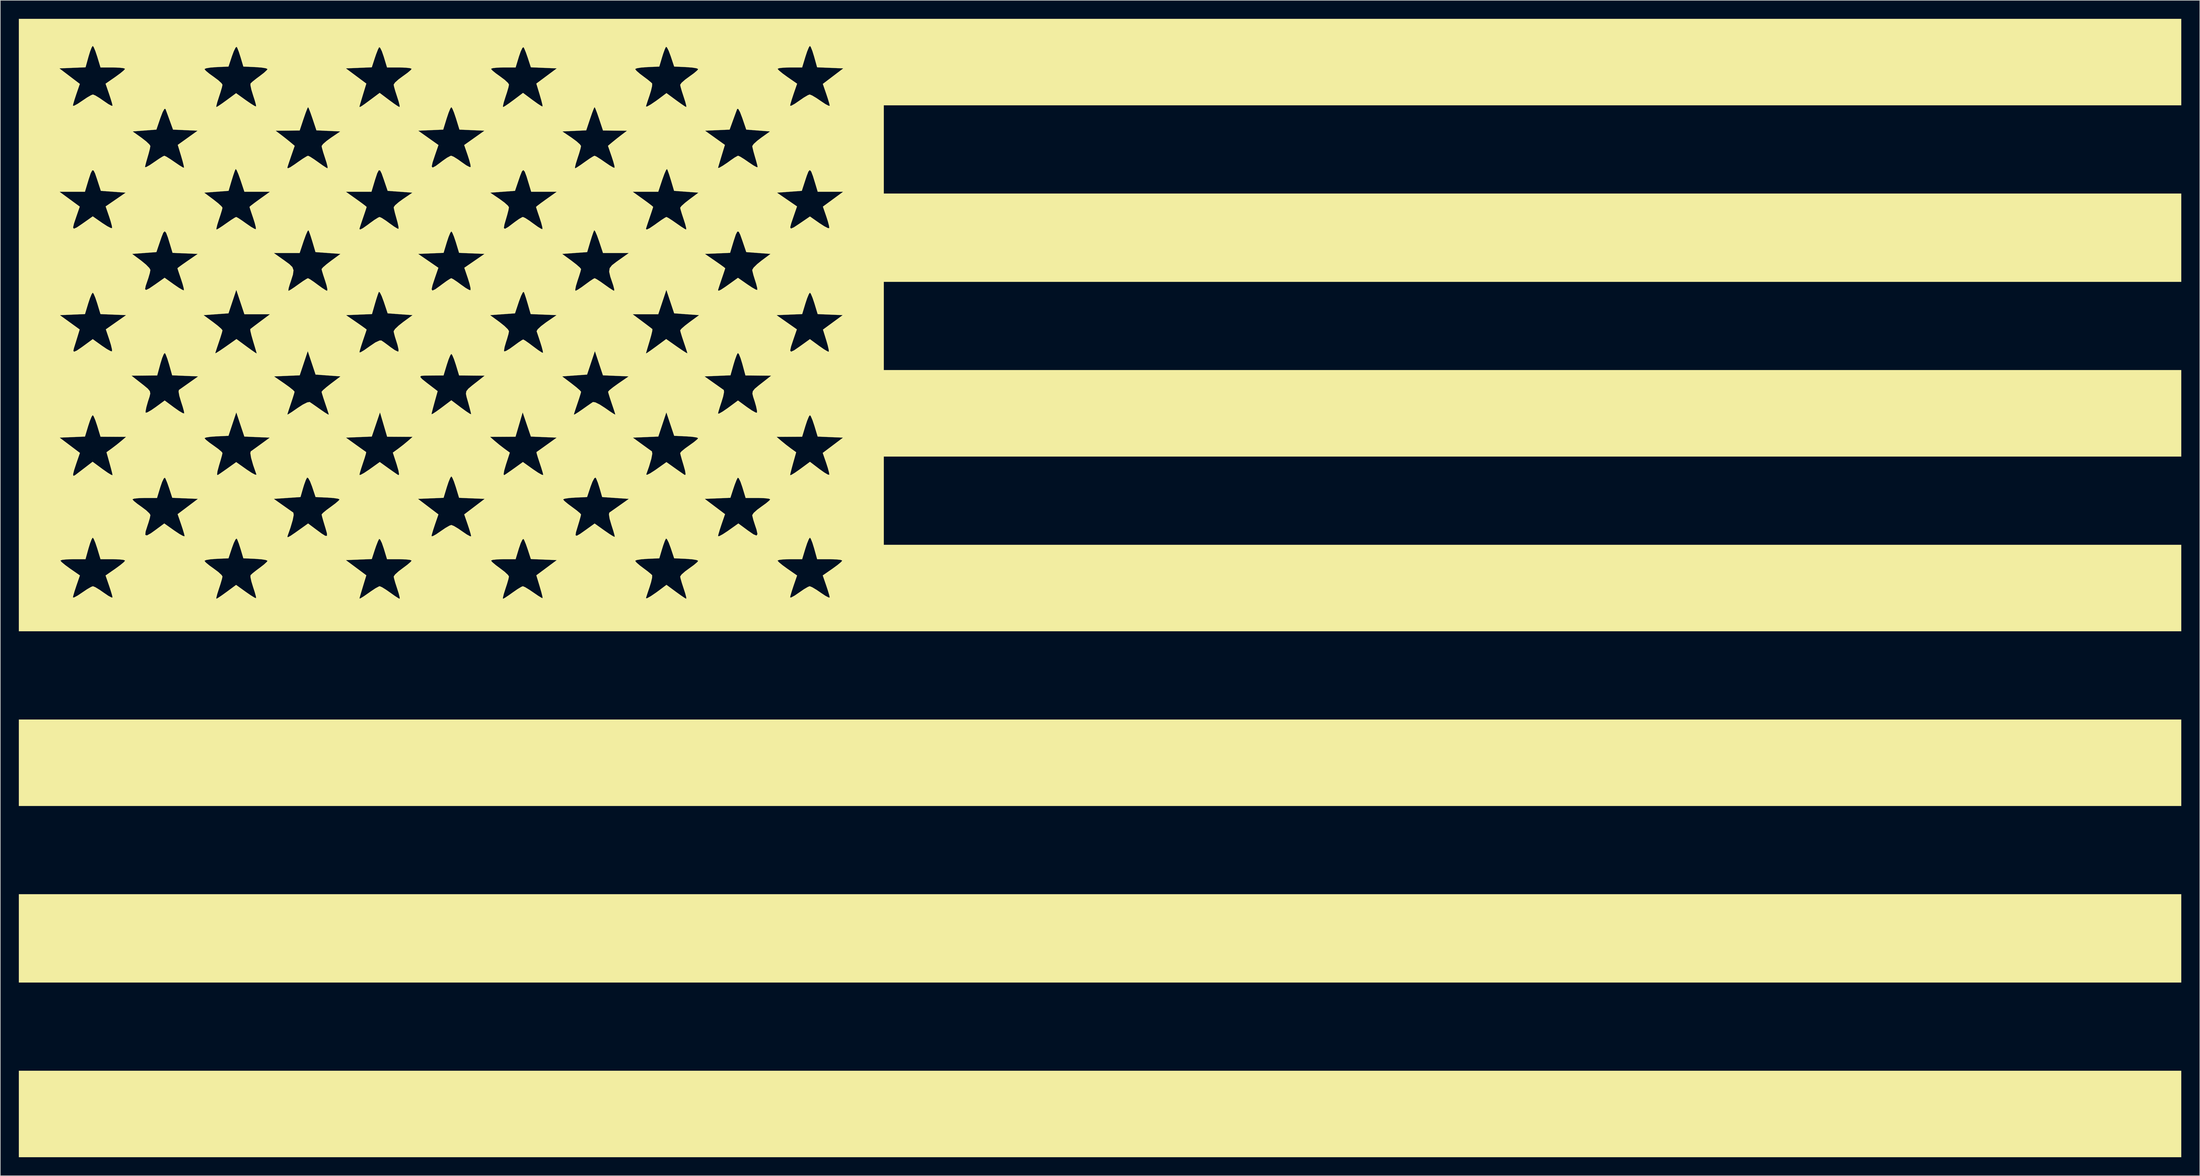
<source format=kicad_pcb>
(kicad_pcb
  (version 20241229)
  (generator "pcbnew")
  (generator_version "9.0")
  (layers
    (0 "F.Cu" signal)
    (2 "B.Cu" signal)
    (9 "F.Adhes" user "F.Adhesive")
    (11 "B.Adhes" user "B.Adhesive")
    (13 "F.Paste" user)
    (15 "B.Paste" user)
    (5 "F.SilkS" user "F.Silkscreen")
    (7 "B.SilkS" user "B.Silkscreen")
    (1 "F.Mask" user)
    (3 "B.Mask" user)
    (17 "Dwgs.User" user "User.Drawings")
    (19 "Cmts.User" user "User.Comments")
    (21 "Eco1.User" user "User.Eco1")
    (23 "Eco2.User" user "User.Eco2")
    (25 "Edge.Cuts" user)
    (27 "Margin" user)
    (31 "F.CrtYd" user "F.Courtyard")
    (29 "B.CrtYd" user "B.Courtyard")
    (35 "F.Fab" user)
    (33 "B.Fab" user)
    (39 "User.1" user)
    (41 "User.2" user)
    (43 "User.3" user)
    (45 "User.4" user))
  (footprint "Flag"
    (layer "F.Cu")
    (at 175.177 92.262)
    (property "Reference" "Flag" (at 0 0 0) (layer "F.SilkS") (effects (font (size 1.524 1.524) (thickness 0.3))))
    (attr through_hole)
    (fp_poly (pts (xy 175.172 35.326) (xy -175.172 35.326) (xy -175.172 21.313) (xy 175.172 21.313) (xy 175.172 35.326)) (stroke (width 0.01) (type solid)) (fill yes) (layer "F.SilkS"))
    (fp_poly (pts (xy 175.172 63.938) (xy -175.172 63.938) (xy -175.172 49.632) (xy 175.172 49.632) (xy 175.172 63.938)) (stroke (width 0.01) (type solid)) (fill yes) (layer "F.SilkS"))
    (fp_poly (pts (xy 175.172 92.257) (xy -175.172 92.257) (xy -175.172 78.244) (xy 175.172 78.244) (xy 175.172 92.257)) (stroke (width 0.01) (type solid)) (fill yes) (layer "F.SilkS"))
    (fp_poly (pts (xy 175.172 -78.244) (xy -35.034 -78.244) (xy -35.034 -63.938) (xy 175.172 -63.938) (xy 175.172 -49.632) (xy -35.034 -49.632) (xy -35.034 -35.326) (xy 175.172 -35.326) (xy 175.172 -21.313) (xy -35.034 -21.313) (xy -35.034 -7.007) (xy 175.172 -7.007) (xy 175.172 7.007) (xy -175.172 7.007) (xy -175.172 -4.452) (xy -168.446 -4.452) (xy -168.219 -4.186) (xy -167.633 -3.704) (xy -166.857 -3.137) (xy -165.278 -2.042) (xy -165.846 -0.391) (xy -166.15 0.537) (xy -166.356 1.247) (xy -166.414 1.533) (xy -166.202 1.522) (xy -165.65 1.224) (xy -164.953 0.757) (xy -164.131 0.202) (xy -163.473 -0.178) (xy -163.168 -0.292) (xy -162.774 -0.13) (xy -162.083 0.291) (xy -161.417 0.755) (xy -160.674 1.26) (xy -160.159 1.534) (xy -159.991 1.53) (xy -160.08 1.126) (xy -160.311 0.357) (xy -160.557 -0.387) (xy -161.124 -2.033) (xy -159.539 -3.133) (xy -158.732 -3.724) (xy -158.16 -4.2) (xy -157.984 -4.412) (xy -145.101 -4.412) (xy -145.101 -4.412) (xy -144.878 -4.136) (xy -144.3 -3.658) (xy -143.642 -3.184) (xy -142.867 -2.607) (xy -142.338 -2.119) (xy -142.182 -1.87) (xy -142.271 -1.439) (xy -142.503 -0.648) (xy -142.75 0.1) (xy -143.028 0.97) (xy -143.177 1.569) (xy -143.175 1.752) (xy -142.885 1.591) (xy -142.266 1.172) (xy -141.504 0.623) (xy -139.975 -0.507) (xy -138.404 0.624) (xy -137.596 1.182) (xy -136.995 1.552) (xy -136.733 1.655) (xy -136.767 1.35) (xy -136.958 0.656) (xy -137.214 -0.132) (xy -137.497 -1.062) (xy -137.647 -1.771) (xy -137.642 -2.068) (xy -137.334 -2.365) (xy -136.707 -2.865) (xy -136.186 -3.251) (xy -135.466 -3.806) (xy -134.993 -4.245) (xy -134.883 -4.415) (xy -135.114 -4.525) (xy -122.183 -4.525) (xy -120.528 -3.293) (xy -118.874 -2.061) (xy -119.431 -0.228) (xy -119.715 0.719) (xy -119.917 1.413) (xy -119.991 1.696) (xy -119.829 1.674) (xy -119.307 1.355) (xy -118.38 0.71) (xy -118.125 0.527) (xy -117.399 0.044) (xy -116.851 -0.25) (xy -116.704 -0.292) (xy -116.332 -0.131) (xy -115.661 0.287) (xy -115.03 0.73) (xy -114.26 1.276) (xy -113.688 1.647) (xy -113.474 1.752) (xy -113.473 1.502) (xy -113.637 0.854) (xy -113.878 0.1) (xy -114.182 -0.837) (xy -114.386 -1.567) (xy -114.439 -1.87) (xy -114.214 -2.196) (xy -113.636 -2.719) (xy -112.986 -3.211) (xy -112.22 -3.785) (xy -111.693 -4.242) (xy -111.533 -4.452) (xy -98.674 -4.452) (xy -98.45 -4.181) (xy -97.876 -3.697) (xy -97.221 -3.211) (xy -96.452 -2.621) (xy -95.925 -2.123) (xy -95.767 -1.87) (xy -95.854 -1.439) (xy -96.083 -0.649) (xy -96.329 0.1) (xy -96.604 0.97) (xy -96.745 1.568) (xy -96.733 1.752) (xy -96.428 1.592) (xy -95.805 1.179) (xy -95.177 0.73) (xy -94.386 0.181) (xy -93.768 -0.19) (xy -93.511 -0.292) (xy -93.142 -0.134) (xy -92.466 0.276) (xy -91.813 0.72) (xy -91.048 1.243) (xy -90.501 1.579) (xy -90.311 1.654) (xy -90.348 1.357) (xy -90.523 0.658) (xy -90.783 -0.243) (xy -91.333 -2.061) (xy -89.679 -3.293) (xy -88.172 -4.415) (xy -75.324 -4.415) (xy -75.106 -4.132) (xy -74.544 -3.645) (xy -74.021 -3.251) (xy -73.269 -2.687) (xy -72.729 -2.239) (xy -72.565 -2.068) (xy -72.573 -1.68) (xy -72.747 -0.924) (xy -72.992 -0.135) (xy -73.298 0.77) (xy -73.508 1.424) (xy -73.572 1.662) (xy -73.359 1.643) (xy -72.78 1.316) (xy -71.925 0.734) (xy -71.399 0.348) (xy -70.247 -0.518) (xy -68.711 0.617) (xy -67.906 1.197) (xy -67.299 1.606) (xy -67.032 1.752) (xy -67.042 1.502) (xy -67.214 0.854) (xy -67.457 0.1) (xy -67.762 -0.837) (xy -67.968 -1.567) (xy -68.025 -1.87) (xy -67.8 -2.193) (xy -67.218 -2.705) (xy -66.565 -3.184) (xy -65.792 -3.746) (xy -65.263 -4.199) (xy -65.106 -4.412) (xy -65.19 -4.452) (xy -52.256 -4.452) (xy -52.032 -4.187) (xy -51.45 -3.704) (xy -50.668 -3.133) (xy -49.083 -2.033) (xy -49.65 -0.387) (xy -49.954 0.539) (xy -50.159 1.247) (xy -50.216 1.53) (xy -50.006 1.517) (xy -49.459 1.214) (xy -48.79 0.755) (xy -47.98 0.197) (xy -47.332 -0.183) (xy -47.039 -0.292) (xy -46.644 -0.132) (xy -45.948 0.283) (xy -45.254 0.757) (xy -44.499 1.26) (xy -43.971 1.536) (xy -43.793 1.533) (xy -43.882 1.127) (xy -44.113 0.357) (xy -44.361 -0.391) (xy -44.929 -2.042) (xy -43.35 -3.137) (xy -42.544 -3.727) (xy -41.971 -4.203) (xy -41.761 -4.452) (xy -42.022 -4.56) (xy -42.721 -4.638) (xy -43.71 -4.671) (xy -43.792 -4.671) (xy -45.834 -4.671) (xy -46.321 -6.423) (xy -46.604 -7.335) (xy -46.856 -7.968) (xy -47.006 -8.175) (xy -47.186 -7.919) (xy -47.46 -7.251) (xy -47.734 -6.423) (xy -48.265 -4.671) (xy -50.262 -4.671) (xy -51.256 -4.642) (xy -51.97 -4.565) (xy -52.256 -4.457) (xy -52.256 -4.452) (xy -65.19 -4.452) (xy -65.372 -4.541) (xy -66.072 -4.655) (xy -67.052 -4.731) (xy -67.053 -4.731) (xy -69.001 -4.817) (xy -69.565 -6.514) (xy -69.886 -7.369) (xy -70.162 -7.913) (xy -70.318 -8.03) (xy -70.501 -7.667) (xy -70.769 -6.931) (xy -70.957 -6.333) (xy -71.407 -4.817) (xy -73.366 -4.731) (xy -74.349 -4.656) (xy -75.053 -4.543) (xy -75.324 -4.417) (xy -75.324 -4.415) (xy -88.172 -4.415) (xy -88.024 -4.525) (xy -90.121 -4.611) (xy -92.219 -4.696) (xy -92.712 -6.216) (xy -93.023 -7.105) (xy -93.293 -7.757) (xy -93.412 -7.965) (xy -93.594 -7.832) (xy -93.866 -7.261) (xy -94.152 -6.432) (xy -94.686 -4.671) (xy -96.683 -4.671) (xy -97.676 -4.642) (xy -98.389 -4.565) (xy -98.674 -4.457) (xy -98.674 -4.452) (xy -111.533 -4.452) (xy -111.797 -4.561) (xy -112.495 -4.64) (xy -113.48 -4.671) (xy -113.524 -4.671) (xy -115.521 -4.671) (xy -116.055 -6.432) (xy -116.357 -7.301) (xy -116.626 -7.852) (xy -116.795 -7.965) (xy -116.995 -7.577) (xy -117.287 -6.824) (xy -117.495 -6.216) (xy -117.988 -4.696) (xy -120.085 -4.611) (xy -122.183 -4.525) (xy -135.114 -4.525) (xy -135.15 -4.542) (xy -135.849 -4.655) (xy -136.831 -4.73) (xy -136.841 -4.731) (xy -138.8 -4.817) (xy -139.25 -6.333) (xy -139.534 -7.211) (xy -139.781 -7.842) (xy -139.889 -8.03) (xy -140.069 -7.875) (xy -140.353 -7.293) (xy -140.642 -6.514) (xy -141.206 -4.817) (xy -143.154 -4.731) (xy -144.134 -4.656) (xy -144.834 -4.541) (xy -145.101 -4.412) (xy -157.984 -4.412) (xy -157.951 -4.452) (xy -158.216 -4.561) (xy -158.916 -4.64) (xy -159.901 -4.671) (xy -159.945 -4.671) (xy -161.942 -4.671) (xy -162.472 -6.423) (xy -162.777 -7.332) (xy -163.044 -7.965) (xy -163.201 -8.175) (xy -163.375 -7.917) (xy -163.633 -7.246) (xy -163.886 -6.423) (xy -164.373 -4.671) (xy -166.415 -4.671) (xy -167.42 -4.643) (xy -168.146 -4.567) (xy -168.445 -4.461) (xy -168.446 -4.452) (xy -175.172 -4.452) (xy -175.172 -14.379) (xy -156.772 -14.379) (xy -156.545 -14.111) (xy -155.963 -13.639) (xy -155.312 -13.175) (xy -154.538 -12.593) (xy -154.011 -12.089) (xy -153.86 -11.825) (xy -153.952 -11.341) (xy -154.183 -10.557) (xy -154.298 -10.218) (xy -154.634 -9.164) (xy -154.689 -8.61) (xy -154.423 -8.522) (xy -153.794 -8.868) (xy -153.172 -9.311) (xy -151.608 -10.467) (xy -149.961 -9.298) (xy -149.15 -8.758) (xy -148.562 -8.433) (xy -148.314 -8.387) (xy -148.313 -8.398) (xy -148.402 -8.801) (xy -148.632 -9.569) (xy -148.881 -10.321) (xy -149.45 -11.974) (xy -147.807 -13.213) (xy -146.164 -14.452) (xy -133.861 -14.452) (xy -132.415 -13.43) (xy -131.6 -12.855) (xy -130.967 -12.409) (xy -130.702 -12.223) (xy -130.642 -11.848) (xy -130.802 -11.011) (xy -131.164 -9.785) (xy -131.617 -8.492) (xy -131.665 -8.274) (xy -131.533 -8.253) (xy -131.142 -8.468) (xy -130.416 -8.962) (xy -129.625 -9.523) (xy -128.308 -10.464) (xy -127.143 -9.589) (xy -126.129 -8.839) (xy -125.518 -8.457) (xy -125.247 -8.458) (xy -125.256 -8.856) (xy -125.482 -9.667) (xy -125.573 -9.96) (xy -125.858 -10.908) (xy -126.055 -11.622) (xy -126.118 -11.923) (xy -125.894 -12.18) (xy -125.321 -12.654) (xy -124.664 -13.138) (xy -123.899 -13.709) (xy -123.372 -14.161) (xy -123.211 -14.365) (xy -123.408 -14.452) (xy -110.505 -14.452) (xy -107.191 -11.933) (xy -107.753 -10.3) (xy -108.056 -9.378) (xy -108.26 -8.674) (xy -108.315 -8.396) (xy -108.105 -8.409) (xy -107.558 -8.713) (xy -106.889 -9.172) (xy -106.072 -9.73) (xy -105.41 -10.11) (xy -105.103 -10.218) (xy -104.69 -10.056) (xy -103.985 -9.634) (xy -103.318 -9.172) (xy -102.575 -8.667) (xy -102.06 -8.392) (xy -101.892 -8.396) (xy -101.981 -8.801) (xy -102.212 -9.569) (xy -102.454 -10.3) (xy -103.016 -11.933) (xy -99.816 -14.366) (xy -86.996 -14.366) (xy -86.996 -14.365) (xy -86.772 -14.101) (xy -86.198 -13.623) (xy -85.543 -13.138) (xy -84.777 -12.569) (xy -84.25 -12.122) (xy -84.089 -11.923) (xy -84.167 -11.564) (xy -84.375 -10.817) (xy -84.635 -9.955) (xy -84.909 -9.042) (xy -84.98 -8.554) (xy -84.783 -8.469) (xy -84.25 -8.768) (xy -83.315 -9.428) (xy -83.203 -9.509) (xy -81.886 -10.458) (xy -80.3 -9.325) (xy -79.488 -8.766) (xy -78.887 -8.39) (xy -78.626 -8.279) (xy -78.668 -8.577) (xy -78.862 -9.273) (xy -79.159 -10.2) (xy -79.454 -11.212) (xy -79.57 -11.934) (xy -79.508 -12.222) (xy -79.138 -12.481) (xy -78.455 -12.962) (xy -77.792 -13.43) (xy -76.346 -14.452) (xy -64.043 -14.452) (xy -62.4 -13.213) (xy -60.757 -11.974) (xy -61.325 -10.321) (xy -61.63 -9.393) (xy -61.836 -8.684) (xy -61.894 -8.398) (xy -61.68 -8.418) (xy -61.116 -8.722) (xy -60.319 -9.246) (xy -60.246 -9.298) (xy -58.599 -10.467) (xy -57.035 -9.311) (xy -56.149 -8.7) (xy -55.652 -8.501) (xy -55.502 -8.749) (xy -55.66 -9.474) (xy -55.909 -10.218) (xy -56.177 -11.054) (xy -56.332 -11.685) (xy -56.347 -11.825) (xy -56.122 -12.172) (xy -55.538 -12.7) (xy -54.895 -13.175) (xy -54.123 -13.731) (xy -53.593 -14.176) (xy -53.435 -14.379) (xy -53.698 -14.488) (xy -54.396 -14.566) (xy -55.381 -14.598) (xy -55.425 -14.598) (xy -57.422 -14.598) (xy -57.956 -16.359) (xy -58.258 -17.228) (xy -58.527 -17.778) (xy -58.696 -17.892) (xy -58.896 -17.503) (xy -59.189 -16.75) (xy -59.396 -16.143) (xy -59.889 -14.623) (xy -61.966 -14.537) (xy -64.043 -14.452) (xy -76.346 -14.452) (xy -80.667 -14.744) (xy -81.086 -16.203) (xy -81.368 -17.083) (xy -81.628 -17.724) (xy -81.739 -17.908) (xy -81.943 -17.787) (xy -82.242 -17.23) (xy -82.54 -16.448) (xy -83.107 -14.744) (xy -85.055 -14.657) (xy -86.034 -14.586) (xy -86.731 -14.481) (xy -86.996 -14.366) (xy -99.816 -14.366) (xy -99.702 -14.452) (xy -101.776 -14.537) (xy -103.85 -14.622) (xy -104.377 -16.361) (xy -104.681 -17.267) (xy -104.948 -17.896) (xy -105.103 -18.101) (xy -105.285 -17.845) (xy -105.559 -17.178) (xy -105.83 -16.361) (xy -106.356 -14.622) (xy -108.431 -14.537) (xy -110.505 -14.452) (xy -123.408 -14.452) (xy -123.474 -14.481) (xy -124.171 -14.586) (xy -125.15 -14.657) (xy -125.152 -14.657) (xy -127.099 -14.744) (xy -127.666 -16.448) (xy -127.994 -17.294) (xy -128.287 -17.817) (xy -128.468 -17.908) (xy -128.678 -17.504) (xy -128.956 -16.741) (xy -129.121 -16.203) (xy -129.54 -14.744) (xy -133.861 -14.452) (xy -146.164 -14.452) (xy -148.241 -14.537) (xy -150.318 -14.623) (xy -150.811 -16.143) (xy -151.122 -17.031) (xy -151.392 -17.683) (xy -151.511 -17.892) (xy -151.693 -17.758) (xy -151.965 -17.188) (xy -152.251 -16.359) (xy -152.784 -14.598) (xy -154.782 -14.598) (xy -155.775 -14.568) (xy -156.488 -14.492) (xy -156.771 -14.384) (xy -156.772 -14.379) (xy -175.172 -14.379) (xy -175.172 -24.378) (xy -168.563 -24.378) (xy -166.919 -23.139) (xy -165.276 -21.9) (xy -165.845 -20.247) (xy -166.219 -19.106) (xy -166.383 -18.44) (xy -166.345 -18.18) (xy -166.11 -18.259) (xy -166.049 -18.303) (xy -165.617 -18.631) (xy -164.916 -19.168) (xy -164.453 -19.523) (xy -163.222 -20.47) (xy -161.607 -19.276) (xy -160.809 -18.715) (xy -160.232 -18.36) (xy -159.992 -18.285) (xy -159.991 -18.292) (xy -160.064 -18.663) (xy -160.256 -19.421) (xy -160.483 -20.254) (xy -160.975 -22.008) (xy -160.144 -22.609) (xy -159.304 -23.249) (xy -158.557 -23.858) (xy -158.05 -24.292) (xy -145.094 -24.292) (xy -145.094 -24.292) (xy -144.867 -24.032) (xy -144.286 -23.565) (xy -143.634 -23.101) (xy -142.863 -22.543) (xy -142.336 -22.094) (xy -142.182 -21.886) (xy -142.263 -21.506) (xy -142.474 -20.744) (xy -142.734 -19.881) (xy -142.993 -18.929) (xy -143.059 -18.389) (xy -142.953 -18.307) (xy -142.541 -18.581) (xy -141.838 -19.071) (xy -141.288 -19.46) (xy -139.957 -20.412) (xy -138.241 -19.194) (xy -137.439 -18.665) (xy -136.884 -18.372) (xy -136.676 -18.369) (xy -136.683 -18.404) (xy -137.211 -19.925) (xy -137.545 -21.103) (xy -137.669 -21.871) (xy -137.6 -22.15) (xy -137.23 -22.412) (xy -136.553 -22.9) (xy -135.924 -23.356) (xy -134.52 -24.378) (xy -122.173 -24.378) (xy -120.572 -23.228) (xy -119.757 -22.644) (xy -119.155 -22.216) (xy -118.898 -22.036) (xy -118.898 -22.036) (xy -118.946 -21.761) (xy -119.144 -21.09) (xy -119.408 -20.293) (xy -119.718 -19.354) (xy -119.93 -18.635) (xy -119.993 -18.331) (xy -119.779 -18.356) (xy -119.216 -18.665) (xy -118.422 -19.194) (xy -118.347 -19.248) (xy -116.7 -20.427) (xy -115.354 -19.456) (xy -114.553 -18.888) (xy -113.918 -18.452) (xy -113.669 -18.292) (xy -113.572 -18.436) (xy -113.672 -19.04) (xy -113.955 -20.02) (xy -113.956 -20.025) (xy -114.582 -21.95) (xy -113.717 -22.58) (xy -112.884 -23.22) (xy -112.116 -23.858) (xy -111.38 -24.506) (xy -98.826 -24.506) (xy -98.091 -23.858) (xy -97.312 -23.211) (xy -96.49 -22.58) (xy -95.624 -21.95) (xy -96.25 -20.025) (xy -96.535 -19.043) (xy -96.635 -18.437) (xy -96.539 -18.292) (xy -96.538 -18.292) (xy -96.125 -18.562) (xy -95.42 -19.052) (xy -94.853 -19.456) (xy -93.507 -20.427) (xy -91.86 -19.248) (xy -91.051 -18.703) (xy -90.464 -18.372) (xy -90.216 -18.321) (xy -90.214 -18.331) (xy -90.303 -18.729) (xy -90.534 -19.496) (xy -90.798 -20.293) (xy -91.093 -21.187) (xy -91.276 -21.818) (xy -91.309 -22.036) (xy -91.054 -22.214) (xy -90.453 -22.642) (xy -89.639 -23.226) (xy -89.635 -23.228) (xy -88.034 -24.378) (xy -75.687 -24.378) (xy -74.283 -23.356) (xy -73.482 -22.776) (xy -72.861 -22.329) (xy -72.607 -22.15) (xy -72.544 -21.772) (xy -72.704 -20.929) (xy -73.073 -19.688) (xy -73.524 -18.404) (xy -73.39 -18.349) (xy -72.889 -18.592) (xy -72.125 -19.083) (xy -71.966 -19.194) (xy -70.25 -20.412) (xy -68.919 -19.46) (xy -68.121 -18.897) (xy -67.492 -18.463) (xy -67.254 -18.307) (xy -67.145 -18.438) (xy -67.239 -19.042) (xy -67.473 -19.881) (xy -67.76 -20.838) (xy -67.96 -21.568) (xy -68.025 -21.886) (xy -67.802 -22.16) (xy -67.223 -22.636) (xy -66.573 -23.101) (xy -65.801 -23.655) (xy -65.272 -24.095) (xy -65.113 -24.292) (xy -65.376 -24.407) (xy -66.03 -24.506) (xy -52.406 -24.506) (xy -51.65 -23.858) (xy -50.841 -23.199) (xy -50.063 -22.609) (xy -49.232 -22.008) (xy -49.724 -20.254) (xy -49.982 -19.304) (xy -50.16 -18.587) (xy -50.216 -18.292) (xy -50.004 -18.345) (xy -49.447 -18.682) (xy -48.661 -19.232) (xy -48.608 -19.271) (xy -46.999 -20.459) (xy -45.469 -19.291) (xy -44.687 -18.732) (xy -44.109 -18.392) (xy -43.861 -18.345) (xy -43.909 -18.719) (xy -44.11 -19.466) (xy -44.357 -20.234) (xy -44.931 -21.9) (xy -43.287 -23.139) (xy -41.644 -24.378) (xy -45.752 -24.548) (xy -46.278 -26.288) (xy -46.582 -27.194) (xy -46.849 -27.823) (xy -47.005 -28.028) (xy -47.186 -27.771) (xy -47.46 -27.104) (xy -47.734 -26.276) (xy -48.265 -24.524) (xy -50.335 -24.515) (xy -52.406 -24.506) (xy -66.03 -24.506) (xy -66.072 -24.512) (xy -67.05 -24.584) (xy -67.053 -24.584) (xy -69 -24.67) (xy -70.265 -28.466) (xy -70.916 -26.507) (xy -71.568 -24.549) (xy -75.687 -24.378) (xy -88.034 -24.378) (xy -90.126 -24.464) (xy -92.218 -24.549) (xy -93.545 -28.466) (xy -94.123 -26.495) (xy -94.701 -24.524) (xy -98.826 -24.506) (xy -111.38 -24.506) (xy -113.443 -24.515) (xy -115.506 -24.524) (xy -116.084 -26.495) (xy -116.662 -28.466) (xy -117.989 -24.549) (xy -120.081 -24.464) (xy -122.173 -24.378) (xy -134.52 -24.378) (xy -138.639 -24.549) (xy -139.291 -26.507) (xy -139.942 -28.466) (xy -141.207 -24.67) (xy -143.154 -24.584) (xy -144.133 -24.512) (xy -144.83 -24.407) (xy -145.094 -24.292) (xy -158.05 -24.292) (xy -157.801 -24.506) (xy -159.872 -24.515) (xy -161.942 -24.524) (xy -162.472 -26.276) (xy -162.777 -27.185) (xy -163.045 -27.818) (xy -163.202 -28.028) (xy -163.384 -27.771) (xy -163.658 -27.104) (xy -163.929 -26.288) (xy -164.455 -24.548) (xy -168.563 -24.378) (xy -175.172 -24.378) (xy -175.172 -34.423) (xy -156.925 -34.423) (xy -155.924 -33.634) (xy -154.911 -32.842) (xy -154.274 -32.31) (xy -153.951 -31.91) (xy -153.881 -31.517) (xy -154.002 -31.003) (xy -154.251 -30.243) (xy -154.257 -30.225) (xy -154.512 -29.317) (xy -154.64 -28.651) (xy -154.626 -28.405) (xy -154.331 -28.482) (xy -153.714 -28.837) (xy -153.008 -29.324) (xy -151.544 -30.398) (xy -150.001 -29.25) (xy -149.212 -28.697) (xy -148.629 -28.355) (xy -148.381 -28.297) (xy -148.428 -28.656) (xy -148.63 -29.394) (xy -148.895 -30.212) (xy -149.168 -31.132) (xy -149.291 -31.817) (xy -149.25 -32.096) (xy -148.9 -32.343) (xy -148.232 -32.814) (xy -147.569 -33.283) (xy -146.123 -34.305) (xy -133.829 -34.305) (xy -132.166 -33.161) (xy -131.337 -32.565) (xy -130.742 -32.086) (xy -130.504 -31.824) (xy -130.503 -31.82) (xy -130.592 -31.459) (xy -130.822 -30.72) (xy -131.087 -29.925) (xy -131.394 -29.017) (xy -131.605 -28.357) (xy -131.671 -28.112) (xy -131.456 -28.209) (xy -130.888 -28.574) (xy -130.088 -29.129) (xy -130.027 -29.173) (xy -129.163 -29.734) (xy -128.459 -30.086) (xy -128.063 -30.156) (xy -128.056 -30.153) (xy -127.652 -29.883) (xy -126.949 -29.394) (xy -126.343 -28.964) (xy -125.606 -28.457) (xy -125.103 -28.148) (xy -124.956 -28.1) (xy -125.044 -28.422) (xy -125.272 -29.132) (xy -125.54 -29.925) (xy -125.848 -30.847) (xy -126.059 -31.535) (xy -126.124 -31.806) (xy -125.909 -32.063) (xy -125.345 -32.554) (xy -124.591 -33.147) (xy -123.173 -34.218) (xy -110.144 -34.218) (xy -109.839 -33.87) (xy -109.09 -33.27) (xy -108.307 -32.671) (xy -107.318 -31.913) (xy -107.817 -30.121) (xy -108.075 -29.169) (xy -108.255 -28.461) (xy -108.315 -28.169) (xy -108.104 -28.249) (xy -107.549 -28.611) (xy -106.766 -29.178) (xy -106.709 -29.221) (xy -105.103 -30.433) (xy -103.498 -29.221) (xy -102.704 -28.643) (xy -102.131 -28.265) (xy -101.893 -28.164) (xy -101.892 -28.169) (xy -101.965 -28.512) (xy -102.154 -29.251) (xy -102.388 -30.113) (xy -102.626 -30.936) (xy -102.74 -31.49) (xy -102.668 -31.905) (xy -102.347 -32.312) (xy -101.715 -32.844) (xy -100.708 -33.63) (xy -100.703 -33.634) (xy -99.853 -34.305) (xy -87.148 -34.305) (xy -85.616 -33.147) (xy -84.835 -32.532) (xy -84.282 -32.048) (xy -84.083 -31.806) (xy -84.171 -31.453) (xy -84.4 -30.72) (xy -84.667 -29.925) (xy -84.973 -29.014) (xy -85.185 -28.35) (xy -85.251 -28.1) (xy -85.037 -28.185) (xy -84.483 -28.535) (xy -83.864 -28.964) (xy -83.054 -29.537) (xy -82.413 -29.981) (xy -82.15 -30.153) (xy -81.767 -30.093) (xy -81.071 -29.749) (xy -80.21 -29.194) (xy -80.18 -29.173) (xy -79.368 -28.607) (xy -78.781 -28.226) (xy -78.537 -28.108) (xy -78.536 -28.112) (xy -78.623 -28.427) (xy -78.851 -29.132) (xy -79.12 -29.925) (xy -79.427 -30.85) (xy -79.639 -31.543) (xy -79.703 -31.82) (xy -79.481 -32.072) (xy -78.896 -32.545) (xy -78.073 -33.139) (xy -78.041 -33.161) (xy -76.378 -34.305) (xy -64.084 -34.305) (xy -62.638 -33.283) (xy -61.83 -32.712) (xy -61.211 -32.275) (xy -60.957 -32.096) (xy -60.92 -31.756) (xy -61.062 -31.036) (xy -61.307 -30.226) (xy -61.617 -29.287) (xy -61.83 -28.568) (xy -61.894 -28.265) (xy -61.683 -28.295) (xy -61.126 -28.615) (xy -60.342 -29.156) (xy -60.278 -29.203) (xy -58.661 -30.397) (xy -57.199 -29.324) (xy -56.415 -28.788) (xy -55.826 -28.459) (xy -55.581 -28.405) (xy -55.579 -28.744) (xy -55.732 -29.465) (xy -55.95 -30.225) (xy -56.201 -30.991) (xy -56.325 -31.509) (xy -56.259 -31.903) (xy -55.942 -32.302) (xy -55.311 -32.83) (xy -54.306 -33.616) (xy -54.283 -33.634) (xy -53.282 -34.423) (xy -55.366 -34.437) (xy -57.45 -34.451) (xy -57.962 -36.34) (xy -58.246 -37.268) (xy -58.504 -37.9) (xy -58.681 -38.101) (xy -58.683 -38.1) (xy -58.867 -37.77) (xy -59.134 -37.043) (xy -59.384 -36.223) (xy -59.874 -34.476) (xy -61.979 -34.39) (xy -64.084 -34.305) (xy -76.378 -34.305) (xy -78.459 -34.39) (xy -80.54 -34.475) (xy -81.192 -36.434) (xy -81.843 -38.392) (xy -83.108 -34.597) (xy -85.128 -34.451) (xy -87.148 -34.305) (xy -99.853 -34.305) (xy -99.702 -34.423) (xy -101.773 -34.437) (xy -103.843 -34.451) (xy -104.374 -36.202) (xy -104.678 -37.112) (xy -104.946 -37.745) (xy -105.103 -37.954) (xy -105.285 -37.698) (xy -105.559 -37.03) (xy -105.833 -36.202) (xy -106.364 -34.451) (xy -108.434 -34.441) (xy -109.436 -34.435) (xy -110.008 -34.384) (xy -110.144 -34.218) (xy -123.173 -34.218) (xy -123.059 -34.305) (xy -125.079 -34.451) (xy -127.099 -34.597) (xy -128.364 -38.392) (xy -129.015 -36.434) (xy -129.667 -34.475) (xy -131.748 -34.39) (xy -133.829 -34.305) (xy -146.123 -34.305) (xy -148.228 -34.39) (xy -150.333 -34.476) (xy -150.823 -36.223) (xy -151.112 -37.159) (xy -151.371 -37.842) (xy -151.524 -38.1) (xy -151.698 -37.909) (xy -151.955 -37.285) (xy -152.239 -36.362) (xy -152.245 -36.34) (xy -152.757 -34.451) (xy -154.841 -34.437) (xy -156.925 -34.423) (xy -175.172 -34.423) (xy -175.172 -44.231) (xy -168.523 -44.231) (xy -166.918 -43.07) (xy -165.314 -41.909) (xy -165.671 -40.734) (xy -165.954 -39.815) (xy -166.201 -39.028) (xy -166.241 -38.903) (xy -166.345 -38.443) (xy -166.219 -38.297) (xy -165.795 -38.483) (xy -165.008 -39.016) (xy -164.626 -39.294) (xy -163.199 -40.342) (xy -161.712 -39.274) (xy -160.92 -38.742) (xy -160.326 -38.413) (xy -160.076 -38.356) (xy -160.084 -38.688) (xy -160.253 -39.405) (xy -160.504 -40.217) (xy -161.082 -41.929) (xy -159.442 -43.08) (xy -157.801 -44.231) (xy -145.24 -44.231) (xy -143.711 -43.111) (xy -142.926 -42.505) (xy -142.375 -42.019) (xy -142.182 -41.77) (xy -142.27 -41.396) (xy -142.501 -40.646) (xy -142.766 -39.852) (xy -143.072 -38.944) (xy -143.283 -38.287) (xy -143.349 -38.044) (xy -143.132 -38.144) (xy -142.559 -38.509) (xy -141.747 -39.064) (xy -141.631 -39.146) (xy -139.913 -40.357) (xy -138.274 -39.147) (xy -137.467 -38.561) (xy -136.882 -38.157) (xy -136.638 -38.015) (xy -136.637 -38.018) (xy -136.716 -38.317) (xy -136.922 -39.021) (xy -137.21 -39.98) (xy -137.211 -39.983) (xy -137.486 -40.943) (xy -137.655 -41.655) (xy -137.684 -41.965) (xy -137.684 -41.965) (xy -137.416 -42.178) (xy -136.812 -42.638) (xy -136.035 -43.221) (xy -134.681 -44.231) (xy -122.151 -44.231) (xy -120.488 -43.088) (xy -119.663 -42.513) (xy -119.068 -42.086) (xy -118.826 -41.894) (xy -118.825 -41.893) (xy -118.912 -41.613) (xy -119.139 -40.936) (xy -119.409 -40.144) (xy -119.718 -39.207) (xy -119.93 -38.491) (xy -119.993 -38.191) (xy -119.783 -38.223) (xy -119.232 -38.548) (xy -118.455 -39.096) (xy -118.4 -39.138) (xy -117.425 -39.8) (xy -116.723 -40.123) (xy -116.43 -40.12) (xy -115.982 -39.816) (xy -115.288 -39.302) (xy -114.943 -39.038) (xy -114.268 -38.568) (xy -113.79 -38.336) (xy -113.67 -38.341) (xy -113.661 -38.688) (xy -113.821 -39.392) (xy -113.975 -39.888) (xy -114.25 -40.763) (xy -114.42 -41.434) (xy -114.446 -41.631) (xy -114.226 -41.978) (xy -113.651 -42.529) (xy -112.917 -43.111) (xy -111.388 -44.231) (xy -98.819 -44.231) (xy -97.29 -43.111) (xy -96.502 -42.482) (xy -95.95 -41.943) (xy -95.761 -41.631) (xy -95.85 -41.158) (xy -96.077 -40.363) (xy -96.232 -39.888) (xy -96.473 -39.065) (xy -96.569 -38.492) (xy -96.544 -38.347) (xy -96.248 -38.425) (xy -95.641 -38.786) (xy -95.009 -39.239) (xy -94.246 -39.8) (xy -93.676 -40.179) (xy -93.456 -40.286) (xy -93.151 -40.118) (xy -92.529 -39.684) (xy -91.82 -39.15) (xy -91.051 -38.58) (xy -90.485 -38.207) (xy -90.257 -38.114) (xy -90.284 -38.418) (xy -90.462 -39.106) (xy -90.665 -39.76) (xy -90.967 -40.673) (xy -91.201 -41.371) (xy -91.288 -41.621) (xy -91.122 -41.927) (xy -90.58 -42.439) (xy -89.775 -43.049) (xy -89.729 -43.081) (xy -88.056 -44.231) (xy -90.152 -44.317) (xy -91.627 -44.377) (xy -75.722 -44.377) (xy -74.172 -43.221) (xy -73.37 -42.619) (xy -72.775 -42.166) (xy -72.523 -41.965) (xy -72.551 -41.658) (xy -72.72 -40.948) (xy -72.994 -39.988) (xy -72.996 -39.983) (xy -73.284 -39.024) (xy -73.49 -38.318) (xy -73.57 -38.018) (xy -73.57 -38.018) (xy -73.357 -38.135) (xy -72.795 -38.522) (xy -72.002 -39.096) (xy -71.933 -39.147) (xy -70.294 -40.357) (xy -68.576 -39.146) (xy -67.742 -38.572) (xy -67.131 -38.178) (xy -66.861 -38.04) (xy -66.857 -38.044) (xy -66.945 -38.356) (xy -67.173 -39.058) (xy -67.441 -39.852) (xy -67.75 -40.781) (xy -67.961 -41.484) (xy -68.025 -41.77) (xy -67.807 -42.044) (xy -67.237 -42.541) (xy -66.496 -43.111) (xy -64.967 -44.231) (xy -52.406 -44.231) (xy -50.763 -43.078) (xy -49.12 -41.926) (xy -49.668 -40.332) (xy -50.058 -39.162) (xy -50.204 -38.499) (xy -50.058 -38.302) (xy -49.569 -38.528) (xy -48.69 -39.134) (xy -48.467 -39.294) (xy -47.008 -40.342) (xy -45.533 -39.259) (xy -44.751 -38.715) (xy -44.172 -38.369) (xy -43.938 -38.296) (xy -43.955 -38.614) (xy -44.118 -39.325) (xy -44.356 -40.152) (xy -44.893 -41.889) (xy -43.296 -43.06) (xy -41.698 -44.231) (xy -43.725 -44.316) (xy -45.752 -44.401) (xy -46.278 -46.141) (xy -46.582 -47.046) (xy -46.849 -47.676) (xy -47.005 -47.88) (xy -47.186 -47.624) (xy -47.46 -46.957) (xy -47.731 -46.141) (xy -48.258 -44.401) (xy -50.332 -44.316) (xy -52.406 -44.231) (xy -64.967 -44.231) (xy -66.984 -44.377) (xy -69 -44.523) (xy -69.633 -46.421) (xy -70.265 -48.318) (xy -70.921 -46.348) (xy -71.576 -44.377) (xy -75.722 -44.377) (xy -91.627 -44.377) (xy -92.249 -44.402) (xy -92.727 -46.068) (xy -93.011 -47.011) (xy -93.251 -47.73) (xy -93.368 -48.012) (xy -93.531 -47.901) (xy -93.807 -47.348) (xy -94.137 -46.472) (xy -94.159 -46.406) (xy -94.786 -44.523) (xy -96.802 -44.377) (xy -98.819 -44.231) (xy -111.388 -44.231) (xy -113.405 -44.377) (xy -115.421 -44.523) (xy -116.048 -46.406) (xy -116.38 -47.3) (xy -116.66 -47.877) (xy -116.833 -48.02) (xy -116.839 -48.012) (xy -117.003 -47.597) (xy -117.259 -46.811) (xy -117.48 -46.068) (xy -117.958 -44.402) (xy -120.055 -44.317) (xy -122.151 -44.231) (xy -134.681 -44.231) (xy -134.485 -44.377) (xy -138.631 -44.377) (xy -139.286 -46.348) (xy -139.942 -48.318) (xy -140.574 -46.421) (xy -141.207 -44.523) (xy -143.223 -44.377) (xy -145.24 -44.231) (xy -157.801 -44.231) (xy -159.875 -44.316) (xy -161.949 -44.401) (xy -162.476 -46.141) (xy -162.78 -47.046) (xy -163.047 -47.676) (xy -163.202 -47.88) (xy -163.384 -47.624) (xy -163.658 -46.957) (xy -163.929 -46.141) (xy -164.455 -44.401) (xy -166.489 -44.316) (xy -168.523 -44.231) (xy -175.172 -44.231) (xy -175.172 -54.157) (xy -156.815 -54.157) (xy -155.338 -53.057) (xy -154.566 -52.423) (xy -154.031 -51.872) (xy -153.86 -51.561) (xy -153.952 -51.057) (xy -154.184 -50.259) (xy -154.298 -49.924) (xy -154.622 -48.969) (xy -154.726 -48.438) (xy -154.552 -48.309) (xy -154.038 -48.564) (xy -153.127 -49.184) (xy -152.78 -49.428) (xy -151.555 -50.293) (xy -150.051 -49.213) (xy -149.259 -48.673) (xy -148.671 -48.327) (xy -148.429 -48.25) (xy -148.455 -48.566) (xy -148.639 -49.268) (xy -148.896 -50.068) (xy -149.202 -50.967) (xy -149.413 -51.607) (xy -149.48 -51.832) (xy -149.26 -52.016) (xy -148.68 -52.438) (xy -147.864 -53.008) (xy -147.836 -53.027) (xy -146.192 -54.157) (xy -148.232 -54.242) (xy -149.698 -54.303) (xy -133.861 -54.303) (xy -132.182 -53.113) (xy -131.343 -52.5) (xy -130.852 -52.014) (xy -130.672 -51.499) (xy -130.765 -50.798) (xy -131.095 -49.756) (xy -131.265 -49.267) (xy -131.466 -48.582) (xy -131.506 -48.201) (xy -131.478 -48.172) (xy -131.172 -48.332) (xy -130.548 -48.745) (xy -129.92 -49.194) (xy -129.143 -49.742) (xy -128.558 -50.112) (xy -128.33 -50.216) (xy -128.009 -50.052) (xy -127.382 -49.628) (xy -126.795 -49.194) (xy -126.031 -48.64) (xy -125.447 -48.269) (xy -125.222 -48.172) (xy -125.184 -48.421) (xy -125.322 -49.067) (xy -125.556 -49.824) (xy -125.86 -50.741) (xy -126.066 -51.43) (xy -126.124 -51.697) (xy -125.906 -51.97) (xy -125.336 -52.467) (xy -124.595 -53.038) (xy -123.066 -54.157) (xy -110.473 -54.157) (xy -108.836 -53.032) (xy -107.2 -51.907) (xy -107.757 -50.286) (xy -108.149 -49.101) (xy -108.298 -48.423) (xy -108.162 -48.212) (xy -107.7 -48.426) (xy -106.871 -49.026) (xy -106.65 -49.194) (xy -105.891 -49.748) (xy -105.319 -50.119) (xy -105.103 -50.216) (xy -104.777 -50.052) (xy -104.144 -49.626) (xy -103.52 -49.166) (xy -102.765 -48.632) (xy -102.203 -48.314) (xy -101.986 -48.273) (xy -101.989 -48.61) (xy -102.157 -49.332) (xy -102.415 -50.171) (xy -103.002 -51.91) (xy -99.734 -54.157) (xy -87.141 -54.157) (xy -85.612 -53.038) (xy -84.827 -52.432) (xy -84.276 -51.945) (xy -84.083 -51.697) (xy -84.171 -51.321) (xy -84.401 -50.573) (xy -84.651 -49.824) (xy -84.915 -48.955) (xy -85.029 -48.357) (xy -84.985 -48.172) (xy -84.642 -48.337) (xy -84 -48.762) (xy -83.412 -49.194) (xy -82.656 -49.748) (xy -82.088 -50.119) (xy -81.877 -50.216) (xy -81.553 -50.056) (xy -80.917 -49.641) (xy -80.287 -49.194) (xy -79.517 -48.648) (xy -78.944 -48.277) (xy -78.728 -48.172) (xy -78.708 -48.415) (xy -78.861 -49.02) (xy -78.942 -49.267) (xy -79.348 -50.47) (xy -79.531 -51.276) (xy -79.454 -51.84) (xy -79.079 -52.319) (xy -78.369 -52.868) (xy -78.025 -53.113) (xy -76.552 -54.157) (xy -64.014 -54.157) (xy -62.37 -53.027) (xy -61.55 -52.454) (xy -60.961 -52.026) (xy -60.727 -51.833) (xy -60.726 -51.832) (xy -60.813 -51.545) (xy -61.04 -50.863) (xy -61.31 -50.07) (xy -61.617 -49.165) (xy -61.828 -48.511) (xy -61.894 -48.273) (xy -61.793 -48.182) (xy -61.437 -48.342) (xy -60.748 -48.793) (xy -60.133 -49.229) (xy -58.663 -50.285) (xy -57.16 -49.233) (xy -56.364 -48.707) (xy -55.773 -48.374) (xy -55.531 -48.307) (xy -55.545 -48.631) (xy -55.718 -49.318) (xy -55.876 -49.814) (xy -56.152 -50.694) (xy -56.321 -51.375) (xy -56.347 -51.576) (xy -56.128 -51.938) (xy -55.558 -52.5) (xy -54.869 -53.057) (xy -53.391 -54.157) (xy -55.357 -54.303) (xy -57.322 -54.449) (xy -57.968 -56.347) (xy -58.295 -57.271) (xy -58.542 -57.757) (xy -58.762 -57.779) (xy -59.009 -57.31) (xy -59.336 -56.322) (xy -59.573 -55.539) (xy -59.936 -54.327) (xy -61.975 -54.242) (xy -64.014 -54.157) (xy -76.552 -54.157) (xy -76.346 -54.303) (xy -80.532 -54.303) (xy -81.169 -56.22) (xy -81.502 -57.147) (xy -81.778 -57.784) (xy -81.939 -58.002) (xy -81.945 -57.998) (xy -82.095 -57.665) (xy -82.345 -56.94) (xy -82.588 -56.155) (xy -83.093 -54.449) (xy -85.117 -54.303) (xy -87.141 -54.157) (xy -99.734 -54.157) (xy -101.792 -54.242) (xy -103.85 -54.327) (xy -104.377 -56.067) (xy -104.681 -56.973) (xy -104.948 -57.602) (xy -105.103 -57.807) (xy -105.285 -57.551) (xy -105.559 -56.883) (xy -105.83 -56.067) (xy -106.356 -54.327) (xy -108.415 -54.242) (xy -110.473 -54.157) (xy -123.066 -54.157) (xy -125.09 -54.303) (xy -127.114 -54.449) (xy -127.619 -56.155) (xy -127.907 -57.078) (xy -128.145 -57.751) (xy -128.262 -57.998) (xy -128.413 -57.815) (xy -128.683 -57.203) (xy -129.013 -56.292) (xy -129.037 -56.22) (xy -129.675 -54.303) (xy -133.861 -54.303) (xy -149.698 -54.303) (xy -150.271 -54.327) (xy -150.634 -55.539) (xy -151.029 -56.826) (xy -151.314 -57.58) (xy -151.543 -57.828) (xy -151.768 -57.597) (xy -152.044 -56.913) (xy -152.239 -56.347) (xy -152.885 -54.449) (xy -154.85 -54.303) (xy -156.815 -54.157) (xy -175.172 -54.157) (xy -175.172 -64.23) (xy -168.58 -64.23) (xy -166.941 -63.026) (xy -165.302 -61.823) (xy -165.858 -60.207) (xy -166.238 -59.079) (xy -166.389 -58.433) (xy -166.255 -58.234) (xy -165.778 -58.449) (xy -164.9 -59.043) (xy -164.441 -59.367) (xy -163.198 -60.245) (xy -161.667 -59.177) (xy -160.874 -58.664) (xy -160.293 -58.363) (xy -160.059 -58.337) (xy -160.106 -58.715) (xy -160.307 -59.463) (xy -160.547 -60.209) (xy -161.113 -61.854) (xy -159.491 -62.969) (xy -157.868 -64.084) (xy -145.137 -64.084) (xy -143.659 -62.983) (xy -142.891 -62.376) (xy -142.357 -61.886) (xy -142.182 -61.642) (xy -142.27 -61.256) (xy -142.5 -60.5) (xy -142.75 -59.75) (xy -143.024 -58.881) (xy -143.163 -58.282) (xy -143.15 -58.099) (xy -142.841 -58.256) (xy -142.211 -58.665) (xy -141.559 -59.121) (xy -140.775 -59.664) (xy -140.187 -60.035) (xy -139.957 -60.143) (xy -139.645 -59.983) (xy -139.014 -59.567) (xy -138.339 -59.086) (xy -137.565 -58.552) (xy -136.992 -58.221) (xy -136.766 -58.162) (xy -136.784 -58.485) (xy -136.963 -59.194) (xy -137.218 -59.994) (xy -137.524 -60.897) (xy -137.736 -61.545) (xy -137.802 -61.778) (xy -137.584 -61.976) (xy -137.01 -62.417) (xy -136.201 -63.009) (xy -136.149 -63.046) (xy -134.496 -64.23) (xy -122.183 -64.23) (xy -120.504 -63.039) (xy -119.677 -62.442) (xy -119.078 -61.991) (xy -118.827 -61.775) (xy -118.825 -61.771) (xy -118.912 -61.477) (xy -119.139 -60.79) (xy -119.409 -59.997) (xy -119.716 -59.091) (xy -119.927 -58.438) (xy -119.993 -58.199) (xy -119.865 -58.106) (xy -119.439 -58.32) (xy -118.654 -58.874) (xy -118.328 -59.121) (xy -117.558 -59.676) (xy -116.96 -60.047) (xy -116.722 -60.143) (xy -116.361 -59.977) (xy -115.705 -59.551) (xy -115.113 -59.118) (xy -114.373 -58.587) (xy -113.837 -58.264) (xy -113.65 -58.213) (xy -113.66 -58.535) (xy -113.813 -59.238) (xy -113.988 -59.875) (xy -114.242 -60.787) (xy -114.405 -61.484) (xy -114.438 -61.728) (xy -114.21 -62.044) (xy -113.622 -62.553) (xy -112.921 -63.062) (xy -111.412 -64.084) (xy -98.795 -64.084) (xy -97.285 -63.062) (xy -96.494 -62.48) (xy -95.945 -61.986) (xy -95.768 -61.722) (xy -95.844 -61.275) (xy -96.045 -60.489) (xy -96.196 -59.97) (xy -96.502 -58.919) (xy -96.593 -58.346) (xy -96.41 -58.222) (xy -95.892 -58.52) (xy -94.981 -59.209) (xy -94.843 -59.316) (xy -94.149 -59.811) (xy -93.626 -60.107) (xy -93.498 -60.143) (xy -93.131 -59.977) (xy -92.468 -59.549) (xy -91.842 -59.092) (xy -91.092 -58.554) (xy -90.542 -58.223) (xy -90.339 -58.168) (xy -90.36 -58.488) (xy -90.541 -59.194) (xy -90.797 -59.994) (xy -91.103 -60.896) (xy -91.315 -61.541) (xy -91.382 -61.771) (xy -91.162 -61.964) (xy -90.586 -62.401) (xy -89.772 -62.99) (xy -89.703 -63.039) (xy -88.024 -64.23) (xy -75.711 -64.23) (xy -74.058 -63.046) (xy -73.239 -62.449) (xy -72.648 -61.996) (xy -72.405 -61.781) (xy -72.405 -61.778) (xy -72.492 -61.48) (xy -72.719 -60.79) (xy -72.989 -59.997) (xy -73.295 -59.091) (xy -73.506 -58.438) (xy -73.572 -58.199) (xy -73.432 -58.105) (xy -72.973 -58.325) (xy -72.141 -58.888) (xy -71.821 -59.121) (xy -71.048 -59.668) (xy -70.47 -60.038) (xy -70.249 -60.143) (xy -69.935 -59.985) (xy -69.301 -59.576) (xy -68.648 -59.121) (xy -67.866 -58.577) (xy -67.283 -58.207) (xy -67.057 -58.099) (xy -67.054 -58.348) (xy -67.216 -58.996) (xy -67.457 -59.75) (xy -67.761 -60.671) (xy -67.967 -61.368) (xy -68.025 -61.642) (xy -67.808 -61.929) (xy -67.243 -62.437) (xy -66.547 -62.983) (xy -65.07 -64.084) (xy -52.339 -64.084) (xy -50.716 -62.969) (xy -49.093 -61.854) (xy -49.655 -60.223) (xy -50.037 -59.103) (xy -50.199 -58.459) (xy -50.079 -58.257) (xy -49.617 -58.459) (xy -48.752 -59.029) (xy -48.238 -59.38) (xy -47.001 -60.223) (xy -45.473 -59.153) (xy -44.68 -58.64) (xy -44.099 -58.343) (xy -43.864 -58.324) (xy -43.909 -58.71) (xy -44.109 -59.463) (xy -44.344 -60.194) (xy -44.905 -61.823) (xy -41.626 -64.23) (xy -45.744 -64.23) (xy -46.111 -65.453) (xy -46.508 -66.745) (xy -46.794 -67.502) (xy -47.022 -67.752) (xy -47.244 -67.522) (xy -47.511 -66.839) (xy -47.699 -66.274) (xy -48.318 -64.376) (xy -50.329 -64.23) (xy -52.339 -64.084) (xy -65.07 -64.084) (xy -67.042 -64.23) (xy -69.015 -64.376) (xy -69.52 -66.081) (xy -69.808 -67.004) (xy -70.046 -67.677) (xy -70.163 -67.925) (xy -70.315 -67.741) (xy -70.584 -67.13) (xy -70.914 -66.219) (xy -70.939 -66.146) (xy -71.576 -64.23) (xy -75.711 -64.23) (xy -88.024 -64.23) (xy -92.165 -64.23) (xy -92.532 -65.453) (xy -92.928 -66.744) (xy -93.213 -67.502) (xy -93.442 -67.754) (xy -93.666 -67.528) (xy -93.941 -66.851) (xy -94.14 -66.274) (xy -94.786 -64.376) (xy -96.79 -64.23) (xy -98.795 -64.084) (xy -111.412 -64.084) (xy -113.416 -64.23) (xy -115.421 -64.376) (xy -116.067 -66.274) (xy -116.394 -67.196) (xy -116.64 -67.683) (xy -116.86 -67.706) (xy -117.106 -67.24) (xy -117.433 -66.255) (xy -117.675 -65.453) (xy -118.042 -64.23) (xy -122.183 -64.23) (xy -134.496 -64.23) (xy -138.631 -64.23) (xy -139.268 -66.146) (xy -139.601 -67.074) (xy -139.876 -67.711) (xy -140.038 -67.928) (xy -140.044 -67.925) (xy -140.194 -67.592) (xy -140.444 -66.866) (xy -140.687 -66.081) (xy -141.192 -64.376) (xy -143.165 -64.23) (xy -145.137 -64.084) (xy -157.868 -64.084) (xy -159.878 -64.23) (xy -161.889 -64.376) (xy -162.508 -66.274) (xy -162.823 -67.197) (xy -163.064 -67.682) (xy -163.282 -67.702) (xy -163.53 -67.229) (xy -163.859 -66.238) (xy -164.096 -65.453) (xy -164.463 -64.23) (xy -168.58 -64.23) (xy -175.172 -64.23) (xy -175.172 -74.01) (xy -156.736 -74.01) (xy -155.305 -72.989) (xy -154.542 -72.396) (xy -154.02 -71.897) (xy -153.866 -71.648) (xy -153.942 -71.202) (xy -154.144 -70.416) (xy -154.295 -69.896) (xy -154.544 -69.03) (xy -154.703 -68.397) (xy -154.732 -68.217) (xy -154.522 -68.242) (xy -153.97 -68.55) (xy -153.275 -69.02) (xy -152.473 -69.572) (xy -151.858 -69.952) (xy -151.596 -70.069) (xy -151.258 -69.912) (xy -150.605 -69.504) (xy -149.941 -69.048) (xy -149.171 -68.524) (xy -148.617 -68.188) (xy -148.418 -68.115) (xy -148.451 -68.416) (xy -148.623 -69.118) (xy -148.88 -70.014) (xy -149.428 -71.826) (xy -147.821 -72.977) (xy -146.219 -74.124) (xy -133.569 -74.124) (xy -132.719 -73.483) (xy -131.914 -72.858) (xy -131.174 -72.259) (xy -130.479 -71.675) (xy -131.075 -69.95) (xy -131.386 -69.037) (xy -131.601 -68.375) (xy -131.671 -68.126) (xy -131.567 -68.035) (xy -131.204 -68.2) (xy -130.502 -68.661) (xy -129.958 -69.047) (xy -129.167 -69.592) (xy -128.563 -69.962) (xy -128.318 -70.069) (xy -127.983 -69.909) (xy -127.338 -69.493) (xy -126.708 -69.047) (xy -125.938 -68.501) (xy -125.366 -68.13) (xy -125.152 -68.025) (xy -125.151 -68.275) (xy -125.315 -68.923) (xy -125.556 -69.677) (xy -125.86 -70.614) (xy -126.063 -71.344) (xy -126.117 -71.647) (xy -125.888 -71.967) (xy -125.3 -72.479) (xy -124.601 -72.989) (xy -123.092 -74.01) (xy -125.725 -74.127) (xy -110.464 -74.127) (xy -108.824 -72.964) (xy -107.185 -71.802) (xy -107.75 -70.16) (xy -108.139 -68.988) (xy -108.281 -68.33) (xy -108.129 -68.148) (xy -107.633 -68.407) (xy -106.744 -69.069) (xy -106.521 -69.242) (xy -105.812 -69.74) (xy -105.259 -70.034) (xy -105.117 -70.069) (xy -104.715 -69.903) (xy -104.028 -69.472) (xy -103.413 -69.028) (xy -102.679 -68.515) (xy -102.151 -68.238) (xy -101.967 -68.239) (xy -102.01 -68.631) (xy -102.21 -69.39) (xy -102.452 -70.146) (xy -103.022 -71.802) (xy -101.383 -72.964) (xy -99.908 -74.01) (xy -87.115 -74.01) (xy -85.606 -72.989) (xy -84.815 -72.406) (xy -84.266 -71.912) (xy -84.09 -71.647) (xy -84.176 -71.216) (xy -84.405 -70.426) (xy -84.651 -69.677) (xy -84.925 -68.807) (xy -85.067 -68.209) (xy -85.055 -68.025) (xy -84.75 -68.185) (xy -84.127 -68.598) (xy -83.499 -69.047) (xy -82.718 -69.595) (xy -82.125 -69.966) (xy -81.889 -70.069) (xy -81.553 -69.911) (xy -80.902 -69.499) (xy -80.221 -69.027) (xy -79.443 -68.499) (xy -78.872 -68.168) (xy -78.652 -68.103) (xy -78.678 -68.418) (xy -78.864 -69.121) (xy -79.131 -69.948) (xy -79.727 -71.675) (xy -79.033 -72.259) (xy -78.291 -72.86) (xy -77.488 -73.483) (xy -76.638 -74.124) (xy -77.176 -74.128) (xy -63.994 -74.128) (xy -62.386 -72.977) (xy -60.778 -71.826) (xy -61.334 -69.999) (xy -61.618 -69.055) (xy -61.819 -68.366) (xy -61.892 -68.088) (xy -61.683 -68.128) (xy -61.132 -68.443) (xy -60.364 -68.957) (xy -59.867 -69.318) (xy -59.196 -69.781) (xy -58.717 -70.045) (xy -58.627 -70.069) (xy -58.282 -69.91) (xy -57.624 -69.498) (xy -56.932 -69.02) (xy -56.177 -68.513) (xy -55.65 -68.227) (xy -55.474 -68.217) (xy -55.555 -68.619) (xy -55.758 -69.373) (xy -55.912 -69.896) (xy -56.161 -70.78) (xy -56.316 -71.447) (xy -56.341 -71.648) (xy -56.116 -71.975) (xy -55.54 -72.5) (xy -54.902 -72.989) (xy -53.47 -74.01) (xy -57.322 -74.302) (xy -57.969 -76.2) (xy -58.331 -77.147) (xy -58.616 -77.654) (xy -58.786 -77.66) (xy -58.979 -77.144) (xy -59.285 -76.309) (xy -59.484 -75.762) (xy -60.013 -74.302) (xy -62.003 -74.215) (xy -63.994 -74.128) (xy -77.176 -74.128) (xy -78.585 -74.14) (xy -80.532 -74.156) (xy -81.163 -76.054) (xy -81.491 -77) (xy -81.752 -77.68) (xy -81.891 -77.951) (xy -81.893 -77.952) (xy -82.027 -77.698) (xy -82.284 -77.03) (xy -82.61 -76.093) (xy -82.619 -76.067) (xy -83.246 -74.182) (xy -85.18 -74.096) (xy -87.115 -74.01) (xy -99.908 -74.01) (xy -99.743 -74.127) (xy -101.766 -74.215) (xy -103.79 -74.302) (xy -104.352 -76.127) (xy -104.665 -77.057) (xy -104.937 -77.714) (xy -105.103 -77.952) (xy -105.279 -77.696) (xy -105.554 -77.025) (xy -105.855 -76.127) (xy -106.417 -74.302) (xy -108.44 -74.215) (xy -110.464 -74.127) (xy -125.725 -74.127) (xy -126.961 -74.182) (xy -127.588 -76.067) (xy -127.915 -77.009) (xy -128.175 -77.685) (xy -128.312 -77.952) (xy -128.314 -77.952) (xy -128.447 -77.697) (xy -128.705 -77.03) (xy -129.031 -76.091) (xy -129.044 -76.054) (xy -129.675 -74.156) (xy -131.622 -74.14) (xy -133.569 -74.124) (xy -146.219 -74.124) (xy -146.213 -74.128) (xy -148.204 -74.215) (xy -150.194 -74.302) (xy -150.723 -75.762) (xy -151.056 -76.677) (xy -151.326 -77.409) (xy -151.421 -77.66) (xy -151.593 -77.652) (xy -151.877 -77.143) (xy -152.238 -76.2) (xy -152.885 -74.302) (xy -156.736 -74.01) (xy -175.172 -74.01) (xy -175.172 -84.229) (xy -168.603 -84.229) (xy -166.947 -82.97) (xy -165.29 -81.71) (xy -165.852 -80.077) (xy -166.155 -79.154) (xy -166.359 -78.449) (xy -166.414 -78.171) (xy -166.202 -78.181) (xy -165.65 -78.479) (xy -164.953 -78.946) (xy -164.131 -79.501) (xy -163.473 -79.882) (xy -163.168 -79.995) (xy -162.774 -79.833) (xy -162.083 -79.413) (xy -161.417 -78.949) (xy -160.674 -78.444) (xy -160.159 -78.169) (xy -159.991 -78.173) (xy -160.08 -78.577) (xy -160.311 -79.346) (xy -160.559 -80.095) (xy -161.126 -81.745) (xy -159.548 -82.841) (xy -158.741 -83.431) (xy -158.168 -83.906) (xy -157.992 -84.115) (xy -145.101 -84.115) (xy -145.101 -84.115) (xy -144.878 -83.84) (xy -144.3 -83.361) (xy -143.642 -82.888) (xy -142.867 -82.311) (xy -142.338 -81.823) (xy -142.182 -81.574) (xy -142.271 -81.142) (xy -142.503 -80.352) (xy -142.75 -79.603) (xy -143.028 -78.733) (xy -143.177 -78.135) (xy -143.175 -77.952) (xy -142.885 -78.112) (xy -142.266 -78.531) (xy -141.504 -79.081) (xy -139.975 -80.21) (xy -138.404 -79.079) (xy -137.596 -78.522) (xy -136.995 -78.151) (xy -136.733 -78.048) (xy -136.767 -78.354) (xy -136.958 -79.048) (xy -137.214 -79.836) (xy -137.497 -80.765) (xy -137.647 -81.475) (xy -137.642 -81.771) (xy -137.334 -82.068) (xy -136.707 -82.569) (xy -136.186 -82.954) (xy -135.466 -83.509) (xy -134.993 -83.948) (xy -134.883 -84.119) (xy -135.114 -84.229) (xy -122.183 -84.229) (xy -120.528 -82.997) (xy -118.874 -81.764) (xy -119.431 -79.931) (xy -119.715 -78.988) (xy -119.917 -78.301) (xy -119.991 -78.025) (xy -119.922 -77.966) (xy -119.65 -78.106) (xy -119.083 -78.498) (xy -118.262 -79.104) (xy -116.717 -80.257) (xy -115.19 -79.104) (xy -114.384 -78.515) (xy -113.769 -78.1) (xy -113.486 -77.952) (xy -113.479 -78.201) (xy -113.638 -78.849) (xy -113.878 -79.603) (xy -114.184 -80.547) (xy -114.39 -81.288) (xy -114.446 -81.601) (xy -114.222 -81.938) (xy -113.639 -82.461) (xy -112.987 -82.942) (xy -112.214 -83.502) (xy -111.685 -83.949) (xy -111.527 -84.156) (xy -98.68 -84.156) (xy -98.457 -83.888) (xy -97.879 -83.415) (xy -97.22 -82.942) (xy -96.445 -82.361) (xy -95.916 -81.862) (xy -95.761 -81.601) (xy -95.851 -81.153) (xy -96.083 -80.351) (xy -96.329 -79.603) (xy -96.602 -78.734) (xy -96.738 -78.135) (xy -96.721 -77.952) (xy -96.414 -78.115) (xy -95.786 -78.541) (xy -95.017 -79.104) (xy -93.49 -80.257) (xy -91.948 -79.106) (xy -91.154 -78.535) (xy -90.568 -78.152) (xy -90.319 -78.042) (xy -90.352 -78.342) (xy -90.524 -79.044) (xy -90.783 -79.946) (xy -91.333 -81.764) (xy -89.679 -82.997) (xy -88.172 -84.119) (xy -75.324 -84.119) (xy -75.106 -83.836) (xy -74.544 -83.349) (xy -74.021 -82.954) (xy -73.269 -82.391) (xy -72.729 -81.942) (xy -72.565 -81.771) (xy -72.573 -81.384) (xy -72.747 -80.627) (xy -72.992 -79.838) (xy -73.298 -78.934) (xy -73.508 -78.28) (xy -73.572 -78.042) (xy -73.359 -78.06) (xy -72.78 -78.388) (xy -71.925 -78.969) (xy -71.399 -79.356) (xy -70.247 -80.222) (xy -68.711 -79.087) (xy -67.906 -78.507) (xy -67.299 -78.098) (xy -67.032 -77.952) (xy -67.042 -78.201) (xy -67.214 -78.85) (xy -67.457 -79.603) (xy -67.762 -80.541) (xy -67.968 -81.271) (xy -68.025 -81.574) (xy -67.8 -81.896) (xy -67.218 -82.408) (xy -66.565 -82.888) (xy -65.792 -83.45) (xy -65.263 -83.903) (xy -65.106 -84.115) (xy -65.19 -84.156) (xy -52.249 -84.156) (xy -52.021 -83.89) (xy -51.436 -83.407) (xy -50.659 -82.841) (xy -49.08 -81.745) (xy -49.648 -80.095) (xy -49.953 -79.167) (xy -50.159 -78.458) (xy -50.216 -78.173) (xy -50.006 -78.186) (xy -49.459 -78.49) (xy -48.79 -78.949) (xy -47.98 -79.507) (xy -47.332 -79.886) (xy -47.039 -79.995) (xy -46.644 -79.835) (xy -45.948 -79.42) (xy -45.254 -78.946) (xy -44.499 -78.443) (xy -43.971 -78.168) (xy -43.793 -78.171) (xy -43.882 -78.577) (xy -44.113 -79.346) (xy -44.355 -80.077) (xy -44.917 -81.71) (xy -43.26 -82.97) (xy -41.603 -84.229) (xy -43.722 -84.315) (xy -45.841 -84.4) (xy -46.325 -86.139) (xy -46.607 -87.047) (xy -46.858 -87.676) (xy -47.006 -87.878) (xy -47.186 -87.622) (xy -47.46 -86.954) (xy -47.734 -86.126) (xy -48.265 -84.375) (xy -50.262 -84.375) (xy -51.255 -84.345) (xy -51.966 -84.269) (xy -52.248 -84.161) (xy -52.249 -84.156) (xy -65.19 -84.156) (xy -65.372 -84.244) (xy -66.072 -84.359) (xy -67.052 -84.434) (xy -67.053 -84.434) (xy -69.001 -84.521) (xy -69.565 -86.218) (xy -69.886 -87.073) (xy -70.162 -87.617) (xy -70.318 -87.733) (xy -70.501 -87.37) (xy -70.769 -86.634) (xy -70.957 -86.036) (xy -71.407 -84.521) (xy -73.366 -84.434) (xy -74.349 -84.36) (xy -75.053 -84.247) (xy -75.324 -84.12) (xy -75.324 -84.119) (xy -88.172 -84.119) (xy -88.024 -84.229) (xy -90.121 -84.314) (xy -92.219 -84.4) (xy -92.712 -85.92) (xy -93.023 -86.808) (xy -93.293 -87.46) (xy -93.412 -87.669) (xy -93.594 -87.535) (xy -93.866 -86.965) (xy -94.152 -86.136) (xy -94.686 -84.375) (xy -96.683 -84.375) (xy -97.677 -84.345) (xy -98.393 -84.269) (xy -98.679 -84.16) (xy -98.68 -84.156) (xy -111.527 -84.156) (xy -111.794 -84.265) (xy -112.495 -84.343) (xy -113.481 -84.375) (xy -113.524 -84.375) (xy -115.521 -84.375) (xy -116.055 -86.136) (xy -116.357 -87.005) (xy -116.626 -87.555) (xy -116.795 -87.669) (xy -116.995 -87.28) (xy -117.287 -86.527) (xy -117.495 -85.92) (xy -117.988 -84.4) (xy -120.085 -84.314) (xy -122.183 -84.229) (xy -135.114 -84.229) (xy -135.15 -84.246) (xy -135.849 -84.359) (xy -136.831 -84.434) (xy -136.841 -84.434) (xy -138.8 -84.521) (xy -139.25 -86.036) (xy -139.534 -86.915) (xy -139.781 -87.545) (xy -139.889 -87.733) (xy -140.069 -87.579) (xy -140.353 -86.996) (xy -140.642 -86.218) (xy -141.206 -84.521) (xy -143.154 -84.434) (xy -144.134 -84.359) (xy -144.834 -84.244) (xy -145.101 -84.115) (xy -157.992 -84.115) (xy -157.958 -84.156) (xy -158.219 -84.265) (xy -158.916 -84.343) (xy -159.9 -84.375) (xy -159.945 -84.375) (xy -161.942 -84.375) (xy -162.472 -86.126) (xy -162.777 -87.036) (xy -163.044 -87.669) (xy -163.201 -87.878) (xy -163.376 -87.621) (xy -163.634 -86.95) (xy -163.882 -86.139) (xy -164.365 -84.4) (xy -166.484 -84.315) (xy -168.603 -84.229) (xy -175.172 -84.229) (xy -175.172 -92.257) (xy 175.172 -92.257) (xy 175.172 -78.244)) (stroke (width 0.01) (type solid)) (fill yes) (layer "F.SilkS")))
  (gr_rect
    (start -3 -3)
    (end 353.355 187.525)
    (stroke (width 0.1) (type default))
    (fill no)
    (layer "Edge.Cuts")))
</source>
